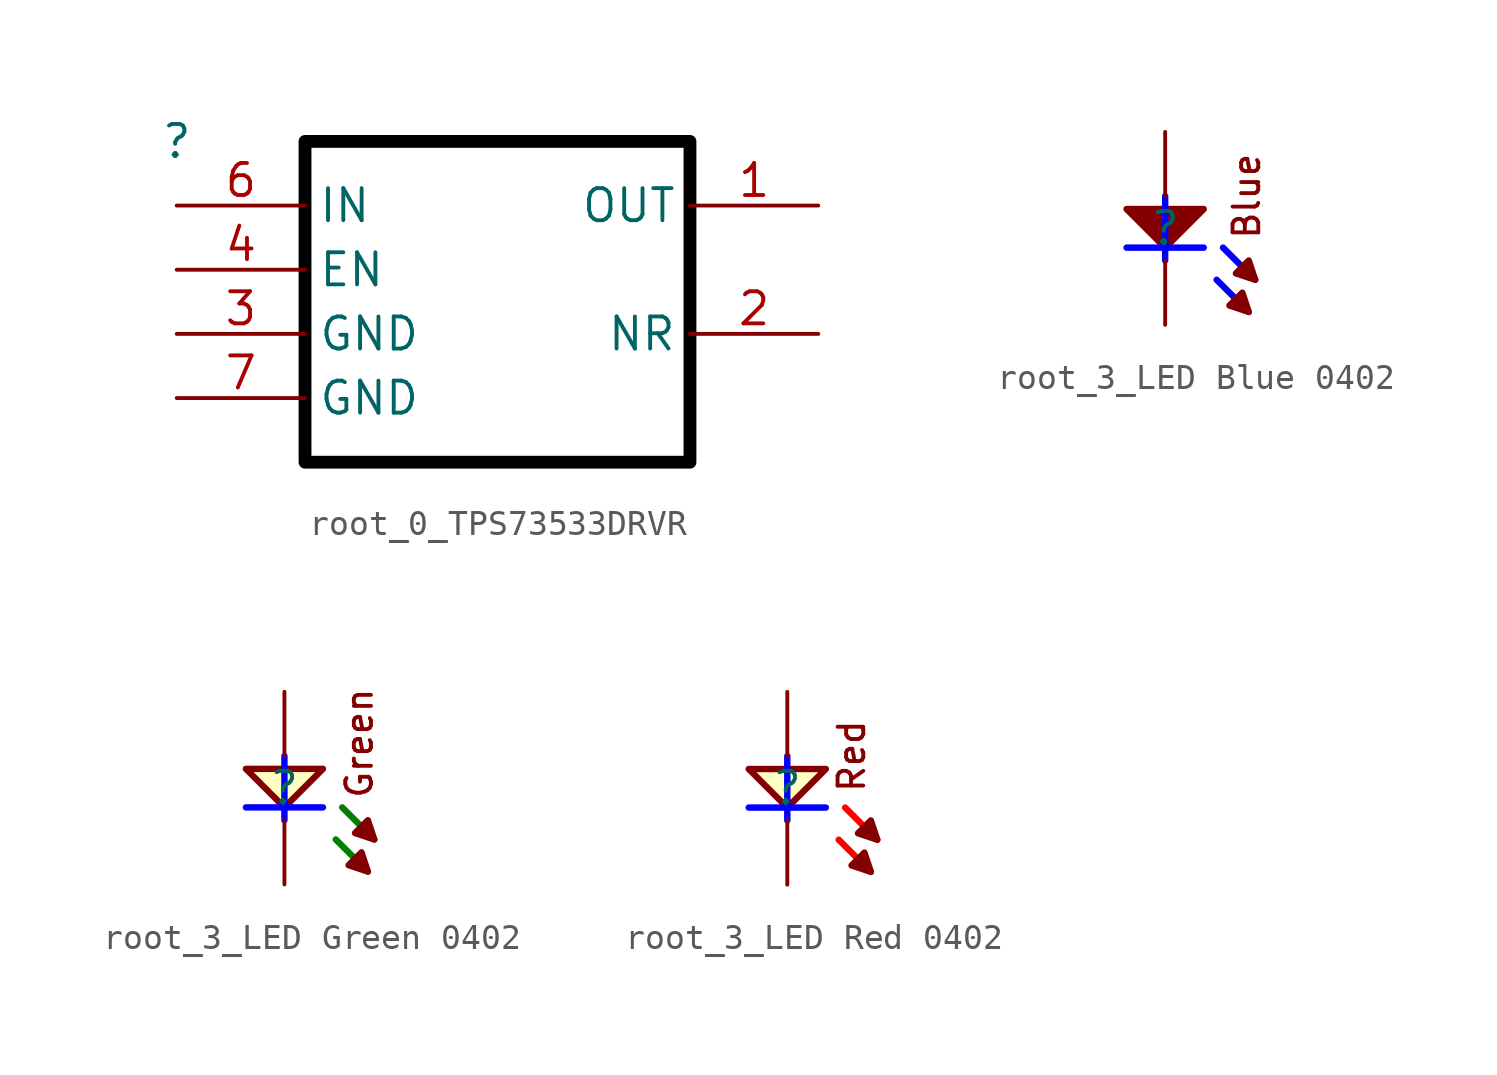
<source format=kicad_sym>
(kicad_symbol_lib
  (version 20220914)
  (generator kicad_symbol_editor)
  (symbol "root_0_TPS73533DRVR"
    (property "Reference" ""
      (at 0 0 0)
      (effects (font (size 1.27 1.27))))
    (property "Value" ""
      (at 0 0 0)
      (effects (font (size 1.27 1.27))))
    (symbol "root_0_TPS73533DRVR_1_0"
      (polyline (pts (xy 5.08 0) (xy 5.08 -12.7) (xy 20.32 -12.7) (xy 20.32 0) (xy 5.08 0)) (stroke (width 0.508) (type solid) (color 0 0 0 1)) (fill (type none)))
      (pin power_out line (at 25.4 -2.54 180) (length 5.08) (name "OUT" (effects (font (size 1.27 1.27)))) (number "1" (effects (font (size 1.27 1.27)))))
      (pin passive line (at 25.4 -7.62 180) (length 5.08) (name "NR" (effects (font (size 1.27 1.27)))) (number "2" (effects (font (size 1.27 1.27)))))
      (pin power_in line (at 0 -7.62 0) (length 5.08) (name "GND" (effects (font (size 1.27 1.27)))) (number "3" (effects (font (size 1.27 1.27)))))
      (pin input line (at 0 -5.08 0) (length 5.08) (name "EN" (effects (font (size 1.27 1.27)))) (number "4" (effects (font (size 1.27 1.27)))))
      (pin power_in line (at 0 -2.54 0) (length 5.08) (name "IN" (effects (font (size 1.27 1.27)))) (number "6" (effects (font (size 1.27 1.27)))))
      (pin power_in line (at 0 -10.16 0) (length 5.08) (name "GND" (effects (font (size 1.27 1.27)))) (number "7" (effects (font (size 1.27 1.27)))))))
  (symbol "root_3_LED Blue 0402"
    (property "Reference" ""
      (at 0 0 0)
      (effects (font (size 1.27 1.27))))
    (property "Value" ""
      (at 0 0 0)
      (effects (font (size 1.27 1.27))))
    (symbol "root_3_LED Blue 0402_1_0"
      (polyline (pts (xy 0 1.27) (xy 0 -1.27)) (stroke (width 0.254) (type solid) (color 0 0 255 1)) (fill (type none)))
      (polyline (pts (xy 1.524 -0.762) (xy -1.524 -0.762)) (stroke (width 0.254) (type solid) (color 0 0 255 1)) (fill (type none)))
      (polyline (pts (xy 2.032 -2.032) (xy 3.302 -3.302)) (stroke (width 0.254) (type solid) (color 0 0 255 1)) (fill (type none)))
      (polyline (pts (xy 2.286 -0.762) (xy 3.556 -2.032)) (stroke (width 0.254) (type solid) (color 0 0 255 1)) (fill (type none)))
      (polyline (pts (xy -1.524 0.762) (xy 0 -0.762) (xy 1.524 0.762) (xy -1.524 0.762)) (stroke (width 0.254) (type solid)) (fill (type outline)))
      (polyline (pts (xy 3.302 -3.302) (xy 3.048 -2.54) (xy 2.54 -3.048) (xy 3.302 -3.302)) (stroke (width 0.254) (type solid)) (fill (type outline)))
      (polyline (pts (xy 3.556 -2.032) (xy 3.302 -1.27) (xy 2.794 -1.778) (xy 3.556 -2.032)) (stroke (width 0.254) (type solid)) (fill (type outline)))
      (text "Blue" (at 3.81 1.27 900) (effects (font (size 1.016 1.016)) (justify bottom)))
      (pin passive line (at 0 -3.81 90) (length 2.54) (name "C" (effects (font (size 0 0)))) (number "1" (effects (font (size 0 0)))))
      (pin passive line (at 0 3.81 270) (length 2.54) (name "A" (effects (font (size 0 0)))) (number "2" (effects (font (size 0 0)))))))
  (symbol "root_3_LED Green 0402"
    (property "Reference" ""
      (at 0 0 0)
      (effects (font (size 1.27 1.27))))
    (property "Value" ""
      (at 0 0 0)
      (effects (font (size 1.27 1.27))))
    (symbol "root_3_LED Green 0402_1_0"
      (polyline (pts (xy 0 1.27) (xy 0 -1.27)) (stroke (width 0.254) (type solid) (color 0 0 255 1)) (fill (type none)))
      (polyline (pts (xy 1.524 -0.762) (xy -1.524 -0.762)) (stroke (width 0.254) (type solid) (color 0 0 255 1)) (fill (type none)))
      (polyline (pts (xy 2.032 -2.032) (xy 3.302 -3.302)) (stroke (width 0.254) (type solid) (color 0 128 0 1)) (fill (type none)))
      (polyline (pts (xy 2.286 -0.762) (xy 3.556 -2.032)) (stroke (width 0.254) (type solid) (color 0 128 0 1)) (fill (type none)))
      (polyline (pts (xy -1.524 0.762) (xy 0 -0.762) (xy 1.524 0.762) (xy -1.524 0.762)) (stroke (width 0.254) (type solid)) (fill (type background)))
      (polyline (pts (xy 3.302 -3.302) (xy 3.048 -2.54) (xy 2.54 -3.048) (xy 3.302 -3.302)) (stroke (width 0.254) (type solid)) (fill (type outline)))
      (polyline (pts (xy 3.556 -2.032) (xy 3.302 -1.27) (xy 2.794 -1.778) (xy 3.556 -2.032)) (stroke (width 0.254) (type solid)) (fill (type outline)))
      (text "Green" (at 3.556 1.778 900) (effects (font (size 1.016 1.016)) (justify bottom)))
      (pin passive line (at 0 -3.81 90) (length 2.54) (name "C" (effects (font (size 0 0)))) (number "1" (effects (font (size 0 0)))))
      (pin passive line (at 0 3.81 270) (length 2.54) (name "A" (effects (font (size 0 0)))) (number "2" (effects (font (size 0 0)))))))
  (symbol "root_3_LED Red 0402"
    (property "Reference" ""
      (at 0 0 0)
      (effects (font (size 1.27 1.27))))
    (property "Value" ""
      (at 0 0 0)
      (effects (font (size 1.27 1.27))))
    (symbol "root_3_LED Red 0402_1_0"
      (polyline (pts (xy 0 1.27) (xy 0 -1.27)) (stroke (width 0.254) (type solid) (color 0 0 255 1)) (fill (type none)))
      (polyline (pts (xy 1.524 -0.762) (xy -1.524 -0.762)) (stroke (width 0.254) (type solid) (color 0 0 255 1)) (fill (type none)))
      (polyline (pts (xy 2.032 -2.032) (xy 3.302 -3.302)) (stroke (width 0.254) (type solid) (color 255 0 0 1)) (fill (type none)))
      (polyline (pts (xy 2.286 -0.762) (xy 3.556 -2.032)) (stroke (width 0.254) (type solid) (color 255 0 0 1)) (fill (type none)))
      (polyline (pts (xy -1.524 0.762) (xy 0 -0.762) (xy 1.524 0.762) (xy -1.524 0.762)) (stroke (width 0.254) (type solid)) (fill (type background)))
      (polyline (pts (xy 3.302 -3.302) (xy 3.048 -2.54) (xy 2.54 -3.048) (xy 3.302 -3.302)) (stroke (width 0.254) (type solid)) (fill (type outline)))
      (polyline (pts (xy 3.556 -2.032) (xy 3.302 -1.27) (xy 2.794 -1.778) (xy 3.556 -2.032)) (stroke (width 0.254) (type solid)) (fill (type outline)))
      (text "Red" (at 2.54 1.27 900) (effects (font (size 1.016 1.016))))
      (pin passive line (at 0 -3.81 90) (length 2.54) (name "C" (effects (font (size 0 0)))) (number "1" (effects (font (size 0 0)))))
      (pin passive line (at 0 3.81 270) (length 2.54) (name "A" (effects (font (size 0 0)))) (number "2" (effects (font (size 0 0))))))))
</source>
